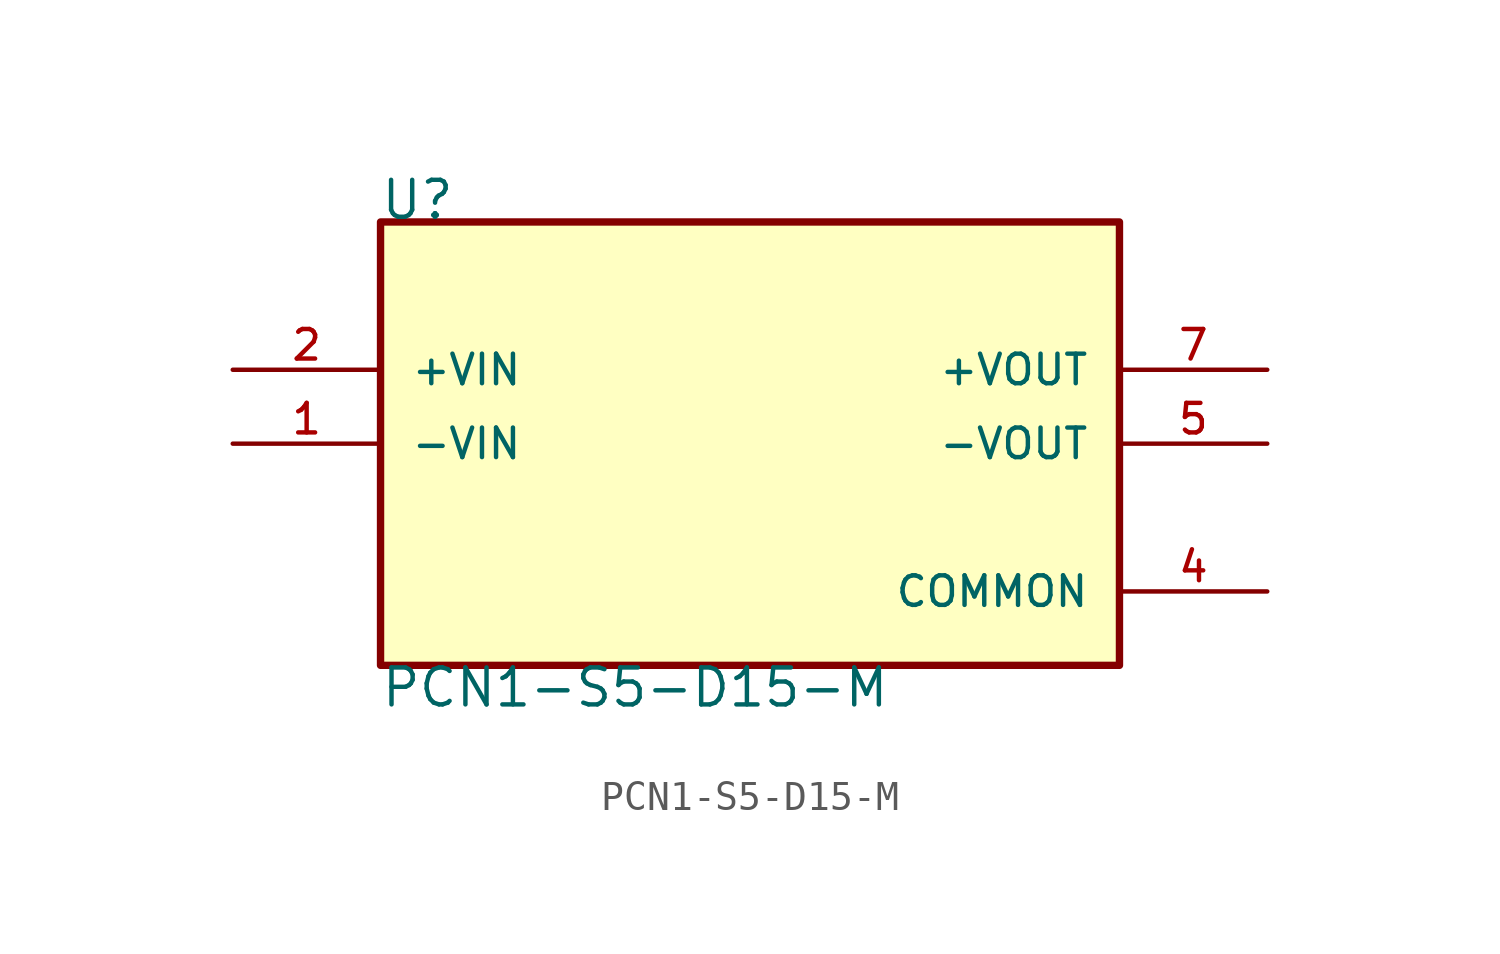
<source format=kicad_sym>
(kicad_symbol_lib
  (version 20211014)
  (generator kicad_symbol_editor)
  (symbol "PCN1-S5-D15-M"
    (pin_names
      (offset 1.016))
    (property "Reference" "U"
      (at -12.74 5.096 0)
      (effects (font (size 1.27 1.27)) (justify bottom left)))
    (property "Value" "PCN1-S5-D15-M"
      (at -12.725 -10.18 0)
      (effects (font (size 1.27 1.27)) (justify top left)))
    (symbol "PCN1-S5-D15-M_0_0"
      (rectangle (start -12.7 -10.16) (end 12.7 5.08) (stroke (width 0.254)) (fill (type background)))
      (pin input line (at -17.78 0.0 0) (length 5.08) (name "+VIN" (effects (font (size 1.016 1.016)))) (number "2" (effects (font (size 1.016 1.016)))))
      (pin output line (at 17.78 -2.54 180.0) (length 5.08) (name "-VOUT" (effects (font (size 1.016 1.016)))) (number "5" (effects (font (size 1.016 1.016)))))
      (pin input line (at -17.78 -2.54 0) (length 5.08) (name "-VIN" (effects (font (size 1.016 1.016)))) (number "1" (effects (font (size 1.016 1.016)))))
      (pin output line (at 17.78 0.0 180.0) (length 5.08) (name "+VOUT" (effects (font (size 1.016 1.016)))) (number "7" (effects (font (size 1.016 1.016)))))
      (pin power_in line (at 17.78 -7.62 180.0) (length 5.08) (name "COMMON" (effects (font (size 1.016 1.016)))) (number "4" (effects (font (size 1.016 1.016))))))))
</source>
